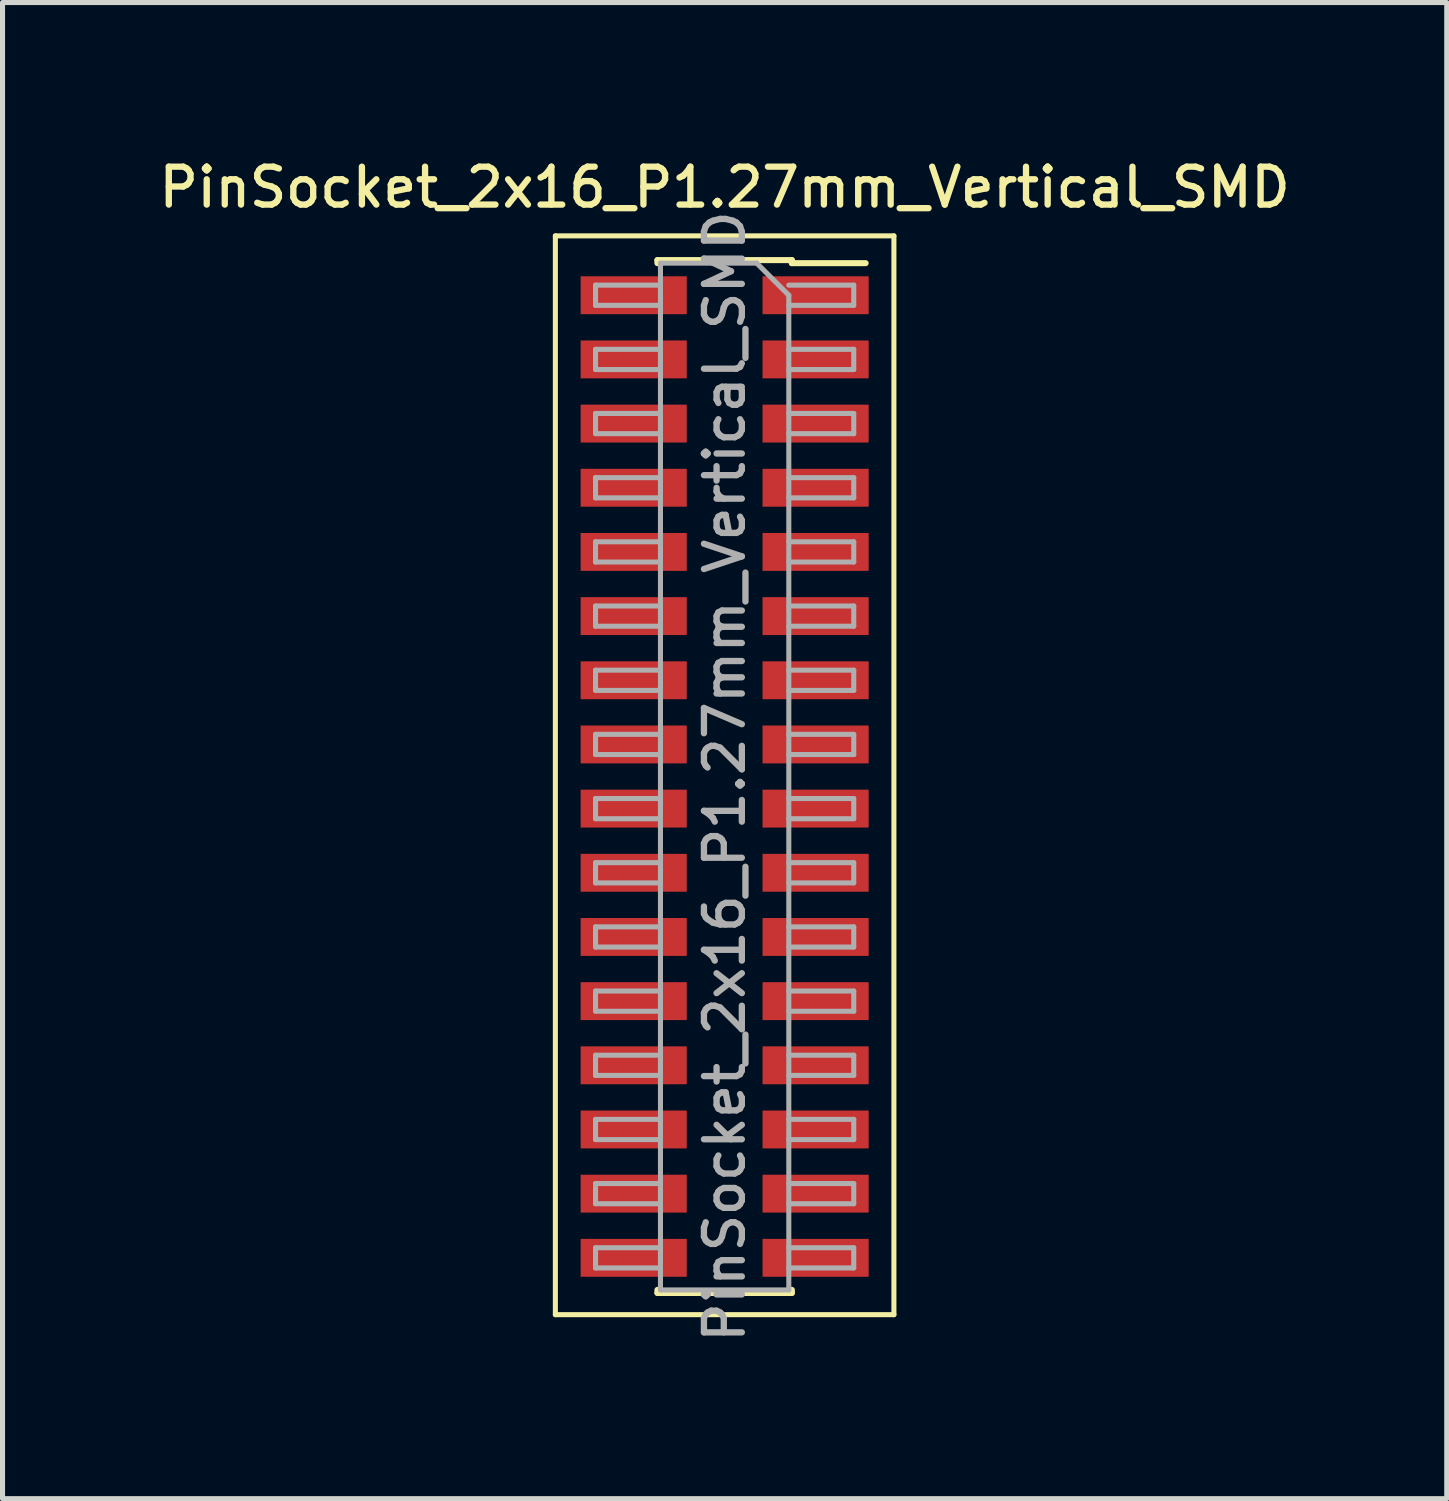
<source format=kicad_pcb>
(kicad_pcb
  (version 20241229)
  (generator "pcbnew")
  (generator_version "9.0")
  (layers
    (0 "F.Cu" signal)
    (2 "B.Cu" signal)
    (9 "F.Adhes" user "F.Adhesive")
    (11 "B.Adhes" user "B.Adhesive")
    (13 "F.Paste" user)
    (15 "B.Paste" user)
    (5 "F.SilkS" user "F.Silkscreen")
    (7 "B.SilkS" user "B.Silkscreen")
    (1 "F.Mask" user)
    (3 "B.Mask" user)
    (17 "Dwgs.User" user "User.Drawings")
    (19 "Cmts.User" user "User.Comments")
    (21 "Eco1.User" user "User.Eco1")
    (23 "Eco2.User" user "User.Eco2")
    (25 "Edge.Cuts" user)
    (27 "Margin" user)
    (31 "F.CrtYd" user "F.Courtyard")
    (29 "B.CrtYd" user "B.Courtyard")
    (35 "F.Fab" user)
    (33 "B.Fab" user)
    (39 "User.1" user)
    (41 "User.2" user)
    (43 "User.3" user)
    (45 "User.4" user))
  (footprint "PinSocket_2x16_P1.27mm_Vertical_SMD"
    (layer "F.Cu")
    (at 11.291 12.318)
    (property "Reference" "PinSocket_2x16_P1.27mm_Vertical_SMD" (at 0 -11.66 0) (layer "F.SilkS") (effects (font (size 0.75 0.75) (thickness 0.125))))
    (attr smd)
    (fp_line (start -3.35 -10.7) (end 3.35 -10.7) (stroke (width 0.1) (type solid)) (layer "F.SilkS"))
    (fp_line (start -3.35 10.65) (end -3.35 -10.7) (stroke (width 0.1) (type solid)) (layer "F.SilkS"))
    (fp_line (start -1.33 -10.22) (end -1.33 -10.16) (stroke (width 0.12) (type solid)) (layer "F.SilkS"))
    (fp_line (start -1.33 -10.22) (end 1.33 -10.22) (stroke (width 0.12) (type solid)) (layer "F.SilkS"))
    (fp_line (start -1.33 10.16) (end -1.33 10.22) (stroke (width 0.12) (type solid)) (layer "F.SilkS"))
    (fp_line (start -1.33 10.22) (end 1.33 10.22) (stroke (width 0.12) (type solid)) (layer "F.SilkS"))
    (fp_line (start 1.33 -10.22) (end 1.33 -10.16) (stroke (width 0.12) (type solid)) (layer "F.SilkS"))
    (fp_line (start 1.33 -10.16) (end 2.79 -10.16) (stroke (width 0.12) (type solid)) (layer "F.SilkS"))
    (fp_line (start 1.33 10.16) (end 1.33 10.22) (stroke (width 0.12) (type solid)) (layer "F.SilkS"))
    (fp_line (start 3.35 -10.7) (end 3.35 10.65) (stroke (width 0.1) (type solid)) (layer "F.SilkS"))
    (fp_line (start 3.35 10.65) (end -3.35 10.65) (stroke (width 0.1) (type solid)) (layer "F.SilkS"))
    (fp_line (start -2.555 -9.725) (end -1.27 -9.725) (stroke (width 0.1) (type solid)) (layer "F.Fab"))
    (fp_line (start -2.555 -9.325) (end -2.555 -9.725) (stroke (width 0.1) (type solid)) (layer "F.Fab"))
    (fp_line (start -2.555 -8.455) (end -1.27 -8.455) (stroke (width 0.1) (type solid)) (layer "F.Fab"))
    (fp_line (start -2.555 -8.055) (end -2.555 -8.455) (stroke (width 0.1) (type solid)) (layer "F.Fab"))
    (fp_line (start -2.555 -7.185) (end -1.27 -7.185) (stroke (width 0.1) (type solid)) (layer "F.Fab"))
    (fp_line (start -2.555 -6.785) (end -2.555 -7.185) (stroke (width 0.1) (type solid)) (layer "F.Fab"))
    (fp_line (start -2.555 -5.915) (end -1.27 -5.915) (stroke (width 0.1) (type solid)) (layer "F.Fab"))
    (fp_line (start -2.555 -5.515) (end -2.555 -5.915) (stroke (width 0.1) (type solid)) (layer "F.Fab"))
    (fp_line (start -2.555 -4.645) (end -1.27 -4.645) (stroke (width 0.1) (type solid)) (layer "F.Fab"))
    (fp_line (start -2.555 -4.245) (end -2.555 -4.645) (stroke (width 0.1) (type solid)) (layer "F.Fab"))
    (fp_line (start -2.555 -3.375) (end -1.27 -3.375) (stroke (width 0.1) (type solid)) (layer "F.Fab"))
    (fp_line (start -2.555 -2.975) (end -2.555 -3.375) (stroke (width 0.1) (type solid)) (layer "F.Fab"))
    (fp_line (start -2.555 -2.105) (end -1.27 -2.105) (stroke (width 0.1) (type solid)) (layer "F.Fab"))
    (fp_line (start -2.555 -1.705) (end -2.555 -2.105) (stroke (width 0.1) (type solid)) (layer "F.Fab"))
    (fp_line (start -2.555 -0.835) (end -1.27 -0.835) (stroke (width 0.1) (type solid)) (layer "F.Fab"))
    (fp_line (start -2.555 -0.435) (end -2.555 -0.835) (stroke (width 0.1) (type solid)) (layer "F.Fab"))
    (fp_line (start -2.555 0.435) (end -1.27 0.435) (stroke (width 0.1) (type solid)) (layer "F.Fab"))
    (fp_line (start -2.555 0.835) (end -2.555 0.435) (stroke (width 0.1) (type solid)) (layer "F.Fab"))
    (fp_line (start -2.555 1.705) (end -1.27 1.705) (stroke (width 0.1) (type solid)) (layer "F.Fab"))
    (fp_line (start -2.555 2.105) (end -2.555 1.705) (stroke (width 0.1) (type solid)) (layer "F.Fab"))
    (fp_line (start -2.555 2.975) (end -1.27 2.975) (stroke (width 0.1) (type solid)) (layer "F.Fab"))
    (fp_line (start -2.555 3.375) (end -2.555 2.975) (stroke (width 0.1) (type solid)) (layer "F.Fab"))
    (fp_line (start -2.555 4.245) (end -1.27 4.245) (stroke (width 0.1) (type solid)) (layer "F.Fab"))
    (fp_line (start -2.555 4.645) (end -2.555 4.245) (stroke (width 0.1) (type solid)) (layer "F.Fab"))
    (fp_line (start -2.555 5.515) (end -1.27 5.515) (stroke (width 0.1) (type solid)) (layer "F.Fab"))
    (fp_line (start -2.555 5.915) (end -2.555 5.515) (stroke (width 0.1) (type solid)) (layer "F.Fab"))
    (fp_line (start -2.555 6.785) (end -1.27 6.785) (stroke (width 0.1) (type solid)) (layer "F.Fab"))
    (fp_line (start -2.555 7.185) (end -2.555 6.785) (stroke (width 0.1) (type solid)) (layer "F.Fab"))
    (fp_line (start -2.555 8.055) (end -1.27 8.055) (stroke (width 0.1) (type solid)) (layer "F.Fab"))
    (fp_line (start -2.555 8.455) (end -2.555 8.055) (stroke (width 0.1) (type solid)) (layer "F.Fab"))
    (fp_line (start -2.555 9.325) (end -1.27 9.325) (stroke (width 0.1) (type solid)) (layer "F.Fab"))
    (fp_line (start -2.555 9.725) (end -2.555 9.325) (stroke (width 0.1) (type solid)) (layer "F.Fab"))
    (fp_line (start -1.27 -10.16) (end 0.635 -10.16) (stroke (width 0.1) (type solid)) (layer "F.Fab"))
    (fp_line (start -1.27 -9.325) (end -2.555 -9.325) (stroke (width 0.1) (type solid)) (layer "F.Fab"))
    (fp_line (start -1.27 -8.055) (end -2.555 -8.055) (stroke (width 0.1) (type solid)) (layer "F.Fab"))
    (fp_line (start -1.27 -6.785) (end -2.555 -6.785) (stroke (width 0.1) (type solid)) (layer "F.Fab"))
    (fp_line (start -1.27 -5.515) (end -2.555 -5.515) (stroke (width 0.1) (type solid)) (layer "F.Fab"))
    (fp_line (start -1.27 -4.245) (end -2.555 -4.245) (stroke (width 0.1) (type solid)) (layer "F.Fab"))
    (fp_line (start -1.27 -2.975) (end -2.555 -2.975) (stroke (width 0.1) (type solid)) (layer "F.Fab"))
    (fp_line (start -1.27 -1.705) (end -2.555 -1.705) (stroke (width 0.1) (type solid)) (layer "F.Fab"))
    (fp_line (start -1.27 -0.435) (end -2.555 -0.435) (stroke (width 0.1) (type solid)) (layer "F.Fab"))
    (fp_line (start -1.27 0.835) (end -2.555 0.835) (stroke (width 0.1) (type solid)) (layer "F.Fab"))
    (fp_line (start -1.27 2.105) (end -2.555 2.105) (stroke (width 0.1) (type solid)) (layer "F.Fab"))
    (fp_line (start -1.27 3.375) (end -2.555 3.375) (stroke (width 0.1) (type solid)) (layer "F.Fab"))
    (fp_line (start -1.27 4.645) (end -2.555 4.645) (stroke (width 0.1) (type solid)) (layer "F.Fab"))
    (fp_line (start -1.27 5.915) (end -2.555 5.915) (stroke (width 0.1) (type solid)) (layer "F.Fab"))
    (fp_line (start -1.27 7.185) (end -2.555 7.185) (stroke (width 0.1) (type solid)) (layer "F.Fab"))
    (fp_line (start -1.27 8.455) (end -2.555 8.455) (stroke (width 0.1) (type solid)) (layer "F.Fab"))
    (fp_line (start -1.27 9.725) (end -2.555 9.725) (stroke (width 0.1) (type solid)) (layer "F.Fab"))
    (fp_line (start -1.27 10.16) (end -1.27 -10.16) (stroke (width 0.1) (type solid)) (layer "F.Fab"))
    (fp_line (start 0.635 -10.16) (end 1.27 -9.525) (stroke (width 0.1) (type solid)) (layer "F.Fab"))
    (fp_line (start 1.27 -9.725) (end 2.555 -9.725) (stroke (width 0.1) (type solid)) (layer "F.Fab"))
    (fp_line (start 1.27 -9.525) (end 1.27 10.16) (stroke (width 0.1) (type solid)) (layer "F.Fab"))
    (fp_line (start 1.27 -8.455) (end 2.555 -8.455) (stroke (width 0.1) (type solid)) (layer "F.Fab"))
    (fp_line (start 1.27 -7.185) (end 2.555 -7.185) (stroke (width 0.1) (type solid)) (layer "F.Fab"))
    (fp_line (start 1.27 -5.915) (end 2.555 -5.915) (stroke (width 0.1) (type solid)) (layer "F.Fab"))
    (fp_line (start 1.27 -4.645) (end 2.555 -4.645) (stroke (width 0.1) (type solid)) (layer "F.Fab"))
    (fp_line (start 1.27 -3.375) (end 2.555 -3.375) (stroke (width 0.1) (type solid)) (layer "F.Fab"))
    (fp_line (start 1.27 -2.105) (end 2.555 -2.105) (stroke (width 0.1) (type solid)) (layer "F.Fab"))
    (fp_line (start 1.27 -0.835) (end 2.555 -0.835) (stroke (width 0.1) (type solid)) (layer "F.Fab"))
    (fp_line (start 1.27 0.435) (end 2.555 0.435) (stroke (width 0.1) (type solid)) (layer "F.Fab"))
    (fp_line (start 1.27 1.705) (end 2.555 1.705) (stroke (width 0.1) (type solid)) (layer "F.Fab"))
    (fp_line (start 1.27 2.975) (end 2.555 2.975) (stroke (width 0.1) (type solid)) (layer "F.Fab"))
    (fp_line (start 1.27 4.245) (end 2.555 4.245) (stroke (width 0.1) (type solid)) (layer "F.Fab"))
    (fp_line (start 1.27 5.515) (end 2.555 5.515) (stroke (width 0.1) (type solid)) (layer "F.Fab"))
    (fp_line (start 1.27 6.785) (end 2.555 6.785) (stroke (width 0.1) (type solid)) (layer "F.Fab"))
    (fp_line (start 1.27 8.055) (end 2.555 8.055) (stroke (width 0.1) (type solid)) (layer "F.Fab"))
    (fp_line (start 1.27 9.325) (end 2.555 9.325) (stroke (width 0.1) (type solid)) (layer "F.Fab"))
    (fp_line (start 1.27 10.16) (end -1.27 10.16) (stroke (width 0.1) (type solid)) (layer "F.Fab"))
    (fp_line (start 2.555 -9.725) (end 2.555 -9.325) (stroke (width 0.1) (type solid)) (layer "F.Fab"))
    (fp_line (start 2.555 -9.325) (end 1.27 -9.325) (stroke (width 0.1) (type solid)) (layer "F.Fab"))
    (fp_line (start 2.555 -8.455) (end 2.555 -8.055) (stroke (width 0.1) (type solid)) (layer "F.Fab"))
    (fp_line (start 2.555 -8.055) (end 1.27 -8.055) (stroke (width 0.1) (type solid)) (layer "F.Fab"))
    (fp_line (start 2.555 -7.185) (end 2.555 -6.785) (stroke (width 0.1) (type solid)) (layer "F.Fab"))
    (fp_line (start 2.555 -6.785) (end 1.27 -6.785) (stroke (width 0.1) (type solid)) (layer "F.Fab"))
    (fp_line (start 2.555 -5.915) (end 2.555 -5.515) (stroke (width 0.1) (type solid)) (layer "F.Fab"))
    (fp_line (start 2.555 -5.515) (end 1.27 -5.515) (stroke (width 0.1) (type solid)) (layer "F.Fab"))
    (fp_line (start 2.555 -4.645) (end 2.555 -4.245) (stroke (width 0.1) (type solid)) (layer "F.Fab"))
    (fp_line (start 2.555 -4.245) (end 1.27 -4.245) (stroke (width 0.1) (type solid)) (layer "F.Fab"))
    (fp_line (start 2.555 -3.375) (end 2.555 -2.975) (stroke (width 0.1) (type solid)) (layer "F.Fab"))
    (fp_line (start 2.555 -2.975) (end 1.27 -2.975) (stroke (width 0.1) (type solid)) (layer "F.Fab"))
    (fp_line (start 2.555 -2.105) (end 2.555 -1.705) (stroke (width 0.1) (type solid)) (layer "F.Fab"))
    (fp_line (start 2.555 -1.705) (end 1.27 -1.705) (stroke (width 0.1) (type solid)) (layer "F.Fab"))
    (fp_line (start 2.555 -0.835) (end 2.555 -0.435) (stroke (width 0.1) (type solid)) (layer "F.Fab"))
    (fp_line (start 2.555 -0.435) (end 1.27 -0.435) (stroke (width 0.1) (type solid)) (layer "F.Fab"))
    (fp_line (start 2.555 0.435) (end 2.555 0.835) (stroke (width 0.1) (type solid)) (layer "F.Fab"))
    (fp_line (start 2.555 0.835) (end 1.27 0.835) (stroke (width 0.1) (type solid)) (layer "F.Fab"))
    (fp_line (start 2.555 1.705) (end 2.555 2.105) (stroke (width 0.1) (type solid)) (layer "F.Fab"))
    (fp_line (start 2.555 2.105) (end 1.27 2.105) (stroke (width 0.1) (type solid)) (layer "F.Fab"))
    (fp_line (start 2.555 2.975) (end 2.555 3.375) (stroke (width 0.1) (type solid)) (layer "F.Fab"))
    (fp_line (start 2.555 3.375) (end 1.27 3.375) (stroke (width 0.1) (type solid)) (layer "F.Fab"))
    (fp_line (start 2.555 4.245) (end 2.555 4.645) (stroke (width 0.1) (type solid)) (layer "F.Fab"))
    (fp_line (start 2.555 4.645) (end 1.27 4.645) (stroke (width 0.1) (type solid)) (layer "F.Fab"))
    (fp_line (start 2.555 5.515) (end 2.555 5.915) (stroke (width 0.1) (type solid)) (layer "F.Fab"))
    (fp_line (start 2.555 5.915) (end 1.27 5.915) (stroke (width 0.1) (type solid)) (layer "F.Fab"))
    (fp_line (start 2.555 6.785) (end 2.555 7.185) (stroke (width 0.1) (type solid)) (layer "F.Fab"))
    (fp_line (start 2.555 7.185) (end 1.27 7.185) (stroke (width 0.1) (type solid)) (layer "F.Fab"))
    (fp_line (start 2.555 8.055) (end 2.555 8.455) (stroke (width 0.1) (type solid)) (layer "F.Fab"))
    (fp_line (start 2.555 8.455) (end 1.27 8.455) (stroke (width 0.1) (type solid)) (layer "F.Fab"))
    (fp_line (start 2.555 9.325) (end 2.555 9.725) (stroke (width 0.1) (type solid)) (layer "F.Fab"))
    (fp_line (start 2.555 9.725) (end 1.27 9.725) (stroke (width 0.1) (type solid)) (layer "F.Fab"))
    (fp_text user "${REFERENCE}" (at 0 0 90) (layer "F.Fab") (effects (font (size 0.75 0.75) (thickness 0.125))))
    (pad "1" smd rect (at 1.8 -9.525) (size 2.1 0.75) (layers "F.Cu" "F.Mask" "F.Paste"))
    (pad "2" smd rect (at -1.8 -9.525) (size 2.1 0.75) (layers "F.Cu" "F.Mask" "F.Paste"))
    (pad "3" smd rect (at 1.8 -8.255) (size 2.1 0.75) (layers "F.Cu" "F.Mask" "F.Paste"))
    (pad "4" smd rect (at -1.8 -8.255) (size 2.1 0.75) (layers "F.Cu" "F.Mask" "F.Paste"))
    (pad "5" smd rect (at 1.8 -6.985) (size 2.1 0.75) (layers "F.Cu" "F.Mask" "F.Paste"))
    (pad "6" smd rect (at -1.8 -6.985) (size 2.1 0.75) (layers "F.Cu" "F.Mask" "F.Paste"))
    (pad "7" smd rect (at 1.8 -5.715) (size 2.1 0.75) (layers "F.Cu" "F.Mask" "F.Paste"))
    (pad "8" smd rect (at -1.8 -5.715) (size 2.1 0.75) (layers "F.Cu" "F.Mask" "F.Paste"))
    (pad "9" smd rect (at 1.8 -4.445) (size 2.1 0.75) (layers "F.Cu" "F.Mask" "F.Paste"))
    (pad "10" smd rect (at -1.8 -4.445) (size 2.1 0.75) (layers "F.Cu" "F.Mask" "F.Paste"))
    (pad "11" smd rect (at 1.8 -3.175) (size 2.1 0.75) (layers "F.Cu" "F.Mask" "F.Paste"))
    (pad "12" smd rect (at -1.8 -3.175) (size 2.1 0.75) (layers "F.Cu" "F.Mask" "F.Paste"))
    (pad "13" smd rect (at 1.8 -1.905) (size 2.1 0.75) (layers "F.Cu" "F.Mask" "F.Paste"))
    (pad "14" smd rect (at -1.8 -1.905) (size 2.1 0.75) (layers "F.Cu" "F.Mask" "F.Paste"))
    (pad "15" smd rect (at 1.8 -0.635) (size 2.1 0.75) (layers "F.Cu" "F.Mask" "F.Paste"))
    (pad "16" smd rect (at -1.8 -0.635) (size 2.1 0.75) (layers "F.Cu" "F.Mask" "F.Paste"))
    (pad "17" smd rect (at 1.8 0.635) (size 2.1 0.75) (layers "F.Cu" "F.Mask" "F.Paste"))
    (pad "18" smd rect (at -1.8 0.635) (size 2.1 0.75) (layers "F.Cu" "F.Mask" "F.Paste"))
    (pad "19" smd rect (at 1.8 1.905) (size 2.1 0.75) (layers "F.Cu" "F.Mask" "F.Paste"))
    (pad "20" smd rect (at -1.8 1.905) (size 2.1 0.75) (layers "F.Cu" "F.Mask" "F.Paste"))
    (pad "21" smd rect (at 1.8 3.175) (size 2.1 0.75) (layers "F.Cu" "F.Mask" "F.Paste"))
    (pad "22" smd rect (at -1.8 3.175) (size 2.1 0.75) (layers "F.Cu" "F.Mask" "F.Paste"))
    (pad "23" smd rect (at 1.8 4.445) (size 2.1 0.75) (layers "F.Cu" "F.Mask" "F.Paste"))
    (pad "24" smd rect (at -1.8 4.445) (size 2.1 0.75) (layers "F.Cu" "F.Mask" "F.Paste"))
    (pad "25" smd rect (at 1.8 5.715) (size 2.1 0.75) (layers "F.Cu" "F.Mask" "F.Paste"))
    (pad "26" smd rect (at -1.8 5.715) (size 2.1 0.75) (layers "F.Cu" "F.Mask" "F.Paste"))
    (pad "27" smd rect (at 1.8 6.985) (size 2.1 0.75) (layers "F.Cu" "F.Mask" "F.Paste"))
    (pad "28" smd rect (at -1.8 6.985) (size 2.1 0.75) (layers "F.Cu" "F.Mask" "F.Paste"))
    (pad "29" smd rect (at 1.8 8.255) (size 2.1 0.75) (layers "F.Cu" "F.Mask" "F.Paste"))
    (pad "30" smd rect (at -1.8 8.255) (size 2.1 0.75) (layers "F.Cu" "F.Mask" "F.Paste"))
    (pad "31" smd rect (at 1.8 9.525) (size 2.1 0.75) (layers "F.Cu" "F.Mask" "F.Paste"))
    (pad "32" smd rect (at -1.8 9.525) (size 2.1 0.75) (layers "F.Cu" "F.Mask" "F.Paste")))
  (gr_rect
    (start -3 -3)
    (end 25.582 26.609)
    (stroke (width 0.1) (type default))
    (fill no)
    (layer "Edge.Cuts")))
</source>
